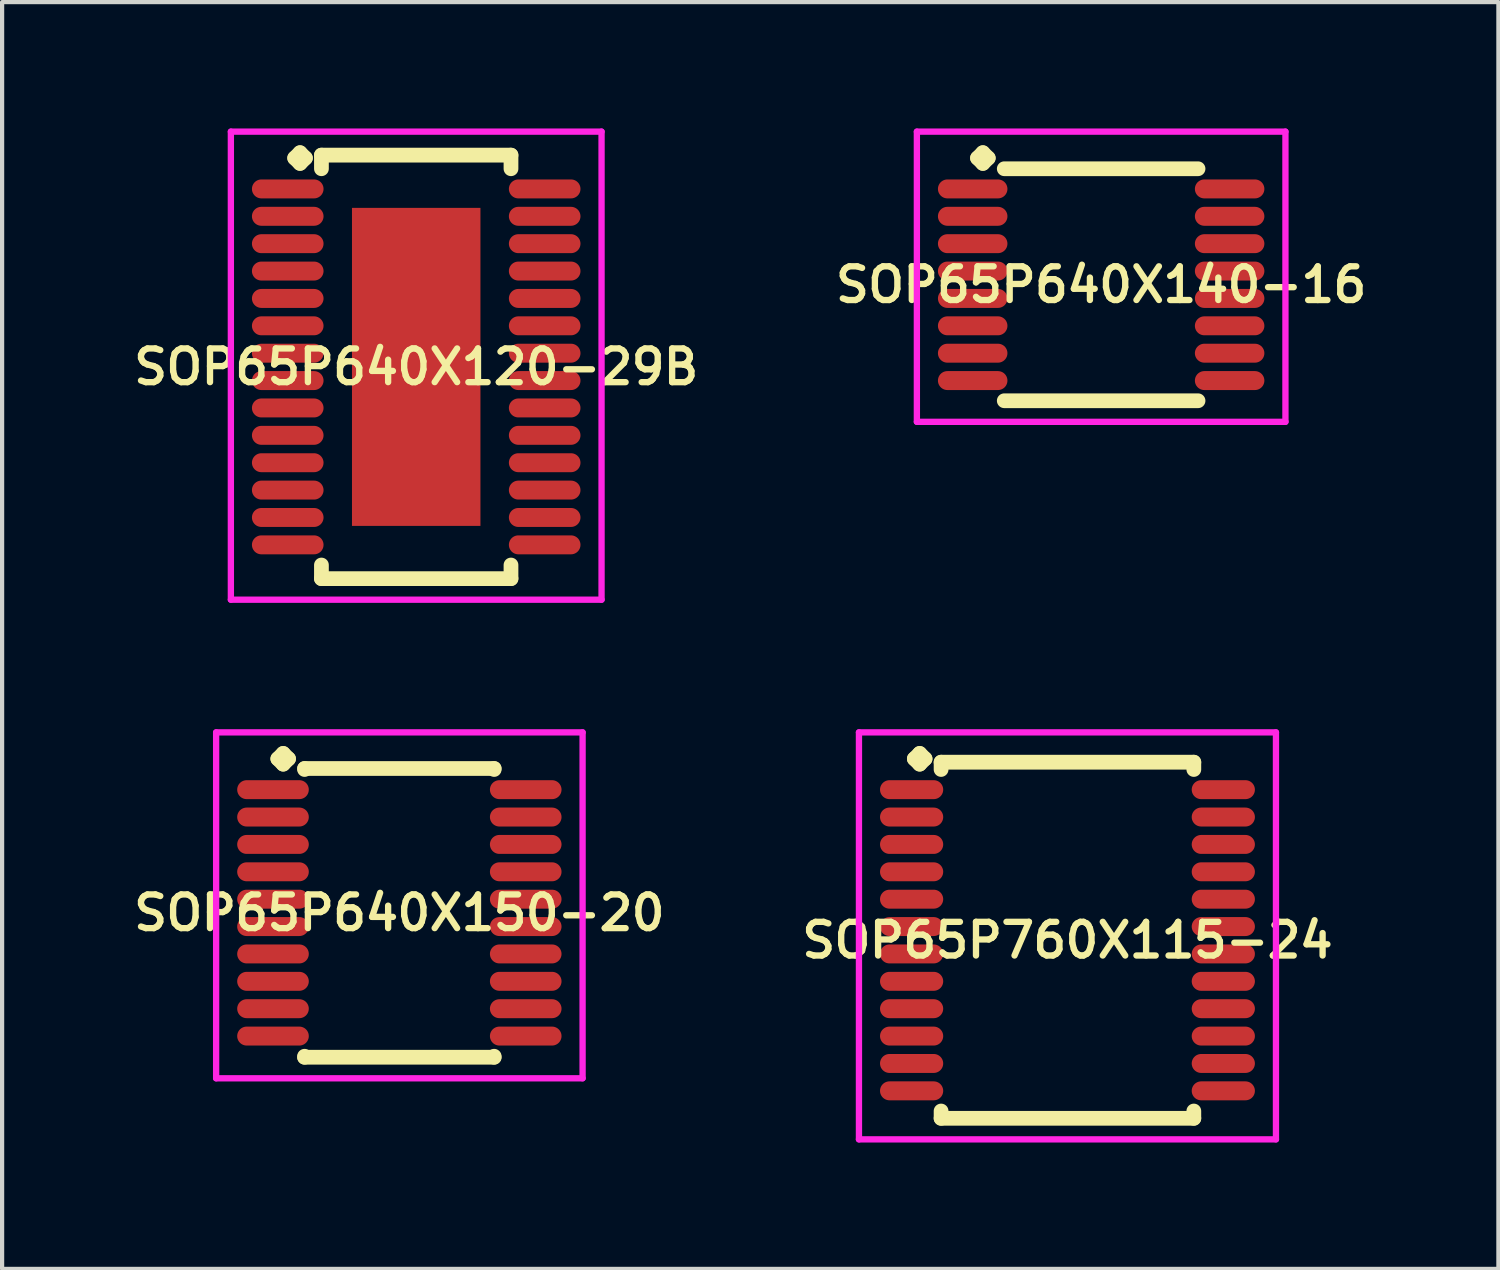
<source format=kicad_pcb>
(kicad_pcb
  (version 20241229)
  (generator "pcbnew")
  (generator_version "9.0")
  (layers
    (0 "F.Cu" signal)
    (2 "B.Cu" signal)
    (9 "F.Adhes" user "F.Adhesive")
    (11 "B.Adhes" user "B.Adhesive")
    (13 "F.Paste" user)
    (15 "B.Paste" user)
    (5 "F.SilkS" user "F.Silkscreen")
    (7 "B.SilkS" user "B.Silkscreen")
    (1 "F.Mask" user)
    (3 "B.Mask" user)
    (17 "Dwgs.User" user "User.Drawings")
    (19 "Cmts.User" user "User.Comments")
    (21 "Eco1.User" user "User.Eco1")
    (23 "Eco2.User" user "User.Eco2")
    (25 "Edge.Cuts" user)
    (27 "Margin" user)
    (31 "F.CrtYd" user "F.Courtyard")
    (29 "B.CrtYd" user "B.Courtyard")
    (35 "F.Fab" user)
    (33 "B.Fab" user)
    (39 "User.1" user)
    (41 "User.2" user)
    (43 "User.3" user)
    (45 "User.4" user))
  (footprint "SOP65P760X115-24"
    (layer "F.Cu")
    (at 22.292 19.272)
    (property "Reference" "SOP65P760X115-24" (at 0 0 0) (layer "F.SilkS") (effects (font (size 0.8 0.8) (thickness 0.15))))
    (attr smd)
    (fp_line (start -3.635 -4.308) (end -3.508 -4.435) (stroke (width 0.35) (type solid)) (layer "F.SilkS"))
    (fp_line (start -3.508 -4.435) (end -3.381 -4.308) (stroke (width 0.35) (type solid)) (layer "F.SilkS"))
    (fp_line (start -3.508 -4.181) (end -3.635 -4.308) (stroke (width 0.35) (type solid)) (layer "F.SilkS"))
    (fp_line (start -3.381 -4.308) (end -3.508 -4.181) (stroke (width 0.35) (type solid)) (layer "F.SilkS"))
    (fp_line (start -3 -4.227) (end 3 -4.227) (stroke (width 0.35) (type solid)) (layer "F.SilkS"))
    (fp_line (start -3 -4.054) (end -3 -4.227) (stroke (width 0.35) (type solid)) (layer "F.SilkS"))
    (fp_line (start -3 4.054) (end -3 4.227) (stroke (width 0.35) (type solid)) (layer "F.SilkS"))
    (fp_line (start -3 4.227) (end 3 4.227) (stroke (width 0.35) (type solid)) (layer "F.SilkS"))
    (fp_line (start 3 -4.227) (end 3 -4.054) (stroke (width 0.35) (type solid)) (layer "F.SilkS"))
    (fp_line (start 3 4.227) (end 3 4.054) (stroke (width 0.35) (type solid)) (layer "F.SilkS"))
    (fp_line (start -4.95 -4.935) (end 4.95 -4.935) (stroke (width 0.15) (type solid)) (layer "F.CrtYd"))
    (fp_line (start -4.95 4.727) (end -4.95 -4.935) (stroke (width 0.15) (type solid)) (layer "F.CrtYd"))
    (fp_line (start 4.95 -4.935) (end 4.95 4.727) (stroke (width 0.15) (type solid)) (layer "F.CrtYd"))
    (fp_line (start 4.95 4.727) (end -4.95 4.727) (stroke (width 0.15) (type solid)) (layer "F.CrtYd"))
    (pad "1" smd oval (at -3.7 -3.575) (size 1.5 0.45) (layers "F.Cu" "F.Mask" "F.Paste"))
    (pad "2" smd oval (at -3.7 -2.925) (size 1.5 0.45) (layers "F.Cu" "F.Mask" "F.Paste"))
    (pad "3" smd oval (at -3.7 -2.275) (size 1.5 0.45) (layers "F.Cu" "F.Mask" "F.Paste"))
    (pad "4" smd oval (at -3.7 -1.625) (size 1.5 0.45) (layers "F.Cu" "F.Mask" "F.Paste"))
    (pad "5" smd oval (at -3.7 -0.975) (size 1.5 0.45) (layers "F.Cu" "F.Mask" "F.Paste"))
    (pad "6" smd oval (at -3.7 -0.325) (size 1.5 0.45) (layers "F.Cu" "F.Mask" "F.Paste"))
    (pad "7" smd oval (at -3.7 0.325) (size 1.5 0.45) (layers "F.Cu" "F.Mask" "F.Paste"))
    (pad "8" smd oval (at -3.7 0.975) (size 1.5 0.45) (layers "F.Cu" "F.Mask" "F.Paste"))
    (pad "9" smd oval (at -3.7 1.625) (size 1.5 0.45) (layers "F.Cu" "F.Mask" "F.Paste"))
    (pad "10" smd oval (at -3.7 2.275) (size 1.5 0.45) (layers "F.Cu" "F.Mask" "F.Paste"))
    (pad "11" smd oval (at -3.7 2.925) (size 1.5 0.45) (layers "F.Cu" "F.Mask" "F.Paste"))
    (pad "12" smd oval (at -3.7 3.575) (size 1.5 0.45) (layers "F.Cu" "F.Mask" "F.Paste"))
    (pad "13" smd oval (at 3.7 3.575) (size 1.5 0.45) (layers "F.Cu" "F.Mask" "F.Paste"))
    (pad "14" smd oval (at 3.7 2.925) (size 1.5 0.45) (layers "F.Cu" "F.Mask" "F.Paste"))
    (pad "15" smd oval (at 3.7 2.275) (size 1.5 0.45) (layers "F.Cu" "F.Mask" "F.Paste"))
    (pad "16" smd oval (at 3.7 1.625) (size 1.5 0.45) (layers "F.Cu" "F.Mask" "F.Paste"))
    (pad "17" smd oval (at 3.7 0.975) (size 1.5 0.45) (layers "F.Cu" "F.Mask" "F.Paste"))
    (pad "18" smd oval (at 3.7 0.325) (size 1.5 0.45) (layers "F.Cu" "F.Mask" "F.Paste"))
    (pad "19" smd oval (at 3.7 -0.325) (size 1.5 0.45) (layers "F.Cu" "F.Mask" "F.Paste"))
    (pad "20" smd oval (at 3.7 -0.975) (size 1.5 0.45) (layers "F.Cu" "F.Mask" "F.Paste"))
    (pad "21" smd oval (at 3.7 -1.625) (size 1.5 0.45) (layers "F.Cu" "F.Mask" "F.Paste"))
    (pad "22" smd oval (at 3.7 -2.275) (size 1.5 0.45) (layers "F.Cu" "F.Mask" "F.Paste"))
    (pad "23" smd oval (at 3.7 -2.925) (size 1.5 0.45) (layers "F.Cu" "F.Mask" "F.Paste"))
    (pad "24" smd oval (at 3.7 -3.575) (size 1.5 0.45) (layers "F.Cu" "F.Mask" "F.Paste")))
  (footprint "SOP65P640X120-29B"
    (layer "F.Cu")
    (at 6.831 5.66)
    (property "Reference" "SOP65P640X120-29B" (at 0 0 0) (layer "F.SilkS") (effects (font (size 0.8 0.8) (thickness 0.15))))
    (attr smd)
    (fp_line (start -2.885 -4.958) (end -2.758 -5.085) (stroke (width 0.35) (type solid)) (layer "F.SilkS"))
    (fp_line (start -2.758 -5.085) (end -2.631 -4.958) (stroke (width 0.35) (type solid)) (layer "F.SilkS"))
    (fp_line (start -2.758 -4.831) (end -2.885 -4.958) (stroke (width 0.35) (type solid)) (layer "F.SilkS"))
    (fp_line (start -2.631 -4.958) (end -2.758 -4.831) (stroke (width 0.35) (type solid)) (layer "F.SilkS"))
    (fp_line (start -2.25 -5.027) (end 2.25 -5.027) (stroke (width 0.35) (type solid)) (layer "F.SilkS"))
    (fp_line (start -2.25 -4.704) (end -2.25 -5.027) (stroke (width 0.35) (type solid)) (layer "F.SilkS"))
    (fp_line (start -2.25 4.704) (end -2.25 5.027) (stroke (width 0.35) (type solid)) (layer "F.SilkS"))
    (fp_line (start -2.25 5.027) (end 2.25 5.027) (stroke (width 0.35) (type solid)) (layer "F.SilkS"))
    (fp_line (start 2.25 -5.027) (end 2.25 -4.704) (stroke (width 0.35) (type solid)) (layer "F.SilkS"))
    (fp_line (start 2.25 5.027) (end 2.25 4.704) (stroke (width 0.35) (type solid)) (layer "F.SilkS"))
    (fp_line (start -4.4 -5.585) (end 4.4 -5.585) (stroke (width 0.15) (type solid)) (layer "F.CrtYd"))
    (fp_line (start -4.4 5.527) (end -4.4 -5.585) (stroke (width 0.15) (type solid)) (layer "F.CrtYd"))
    (fp_line (start 4.4 -5.585) (end 4.4 5.527) (stroke (width 0.15) (type solid)) (layer "F.CrtYd"))
    (fp_line (start 4.4 5.527) (end -4.4 5.527) (stroke (width 0.15) (type solid)) (layer "F.CrtYd"))
    (pad "1" smd oval (at -3.05 -4.225) (size 1.7 0.45) (layers "F.Cu" "F.Mask" "F.Paste"))
    (pad "2" smd oval (at -3.05 -3.575) (size 1.7 0.45) (layers "F.Cu" "F.Mask" "F.Paste"))
    (pad "3" smd oval (at -3.05 -2.925) (size 1.7 0.45) (layers "F.Cu" "F.Mask" "F.Paste"))
    (pad "4" smd oval (at -3.05 -2.275) (size 1.7 0.45) (layers "F.Cu" "F.Mask" "F.Paste"))
    (pad "5" smd oval (at -3.05 -1.625) (size 1.7 0.45) (layers "F.Cu" "F.Mask" "F.Paste"))
    (pad "6" smd oval (at -3.05 -0.975) (size 1.7 0.45) (layers "F.Cu" "F.Mask" "F.Paste"))
    (pad "7" smd oval (at -3.05 -0.325) (size 1.7 0.45) (layers "F.Cu" "F.Mask" "F.Paste"))
    (pad "8" smd oval (at -3.05 0.325) (size 1.7 0.45) (layers "F.Cu" "F.Mask" "F.Paste"))
    (pad "9" smd oval (at -3.05 0.975) (size 1.7 0.45) (layers "F.Cu" "F.Mask" "F.Paste"))
    (pad "10" smd oval (at -3.05 1.625) (size 1.7 0.45) (layers "F.Cu" "F.Mask" "F.Paste"))
    (pad "11" smd oval (at -3.05 2.275) (size 1.7 0.45) (layers "F.Cu" "F.Mask" "F.Paste"))
    (pad "12" smd oval (at -3.05 2.925) (size 1.7 0.45) (layers "F.Cu" "F.Mask" "F.Paste"))
    (pad "13" smd oval (at -3.05 3.575) (size 1.7 0.45) (layers "F.Cu" "F.Mask" "F.Paste"))
    (pad "14" smd oval (at -3.05 4.225) (size 1.7 0.45) (layers "F.Cu" "F.Mask" "F.Paste"))
    (pad "15" smd oval (at 3.05 4.225) (size 1.7 0.45) (layers "F.Cu" "F.Mask" "F.Paste"))
    (pad "16" smd oval (at 3.05 3.575) (size 1.7 0.45) (layers "F.Cu" "F.Mask" "F.Paste"))
    (pad "17" smd oval (at 3.05 2.925) (size 1.7 0.45) (layers "F.Cu" "F.Mask" "F.Paste"))
    (pad "18" smd oval (at 3.05 2.275) (size 1.7 0.45) (layers "F.Cu" "F.Mask" "F.Paste"))
    (pad "19" smd oval (at 3.05 1.625) (size 1.7 0.45) (layers "F.Cu" "F.Mask" "F.Paste"))
    (pad "20" smd oval (at 3.05 0.975) (size 1.7 0.45) (layers "F.Cu" "F.Mask" "F.Paste"))
    (pad "21" smd oval (at 3.05 0.325) (size 1.7 0.45) (layers "F.Cu" "F.Mask" "F.Paste"))
    (pad "22" smd oval (at 3.05 -0.325) (size 1.7 0.45) (layers "F.Cu" "F.Mask" "F.Paste"))
    (pad "23" smd oval (at 3.05 -0.975) (size 1.7 0.45) (layers "F.Cu" "F.Mask" "F.Paste"))
    (pad "24" smd oval (at 3.05 -1.625) (size 1.7 0.45) (layers "F.Cu" "F.Mask" "F.Paste"))
    (pad "25" smd oval (at 3.05 -2.275) (size 1.7 0.45) (layers "F.Cu" "F.Mask" "F.Paste"))
    (pad "26" smd oval (at 3.05 -2.925) (size 1.7 0.45) (layers "F.Cu" "F.Mask" "F.Paste"))
    (pad "27" smd oval (at 3.05 -3.575) (size 1.7 0.45) (layers "F.Cu" "F.Mask" "F.Paste"))
    (pad "28" smd oval (at 3.05 -4.225) (size 1.7 0.45) (layers "F.Cu" "F.Mask" "F.Paste"))
    (pad "29" smd rect (at 0 0) (size 3.05 7.55) (layers "F.Cu" "F.Mask" "F.Paste")))
  (footprint "SOP65P640X140-16"
    (layer "F.Cu")
    (at 23.092 3.71)
    (property "Reference" "SOP65P640X140-16" (at 0 0 0) (layer "F.SilkS") (effects (font (size 0.8 0.8) (thickness 0.15))))
    (attr smd)
    (fp_line (start -2.935 -3.008) (end -2.808 -3.135) (stroke (width 0.35) (type solid)) (layer "F.SilkS"))
    (fp_line (start -2.808 -3.135) (end -2.681 -3.008) (stroke (width 0.35) (type solid)) (layer "F.SilkS"))
    (fp_line (start -2.808 -2.881) (end -2.935 -3.008) (stroke (width 0.35) (type solid)) (layer "F.SilkS"))
    (fp_line (start -2.681 -3.008) (end -2.808 -2.881) (stroke (width 0.35) (type solid)) (layer "F.SilkS"))
    (fp_line (start -2.3 -2.754) (end 2.3 -2.754) (stroke (width 0.35) (type solid)) (layer "F.SilkS"))
    (fp_line (start -2.3 2.754) (end 2.3 2.754) (stroke (width 0.35) (type solid)) (layer "F.SilkS"))
    (fp_line (start -4.375 -3.635) (end 4.375 -3.635) (stroke (width 0.15) (type solid)) (layer "F.CrtYd"))
    (fp_line (start -4.375 3.254) (end -4.375 -3.635) (stroke (width 0.15) (type solid)) (layer "F.CrtYd"))
    (fp_line (start 4.375 -3.635) (end 4.375 3.254) (stroke (width 0.15) (type solid)) (layer "F.CrtYd"))
    (fp_line (start 4.375 3.254) (end -4.375 3.254) (stroke (width 0.15) (type solid)) (layer "F.CrtYd"))
    (pad "1" smd oval (at -3.05 -2.275) (size 1.65 0.45) (layers "F.Cu" "F.Mask" "F.Paste"))
    (pad "2" smd oval (at -3.05 -1.625) (size 1.65 0.45) (layers "F.Cu" "F.Mask" "F.Paste"))
    (pad "3" smd oval (at -3.05 -0.975) (size 1.65 0.45) (layers "F.Cu" "F.Mask" "F.Paste"))
    (pad "4" smd oval (at -3.05 -0.325) (size 1.65 0.45) (layers "F.Cu" "F.Mask" "F.Paste"))
    (pad "5" smd oval (at -3.05 0.325) (size 1.65 0.45) (layers "F.Cu" "F.Mask" "F.Paste"))
    (pad "6" smd oval (at -3.05 0.975) (size 1.65 0.45) (layers "F.Cu" "F.Mask" "F.Paste"))
    (pad "7" smd oval (at -3.05 1.625) (size 1.65 0.45) (layers "F.Cu" "F.Mask" "F.Paste"))
    (pad "8" smd oval (at -3.05 2.275) (size 1.65 0.45) (layers "F.Cu" "F.Mask" "F.Paste"))
    (pad "9" smd oval (at 3.05 2.275) (size 1.65 0.45) (layers "F.Cu" "F.Mask" "F.Paste"))
    (pad "10" smd oval (at 3.05 1.625) (size 1.65 0.45) (layers "F.Cu" "F.Mask" "F.Paste"))
    (pad "11" smd oval (at 3.05 0.975) (size 1.65 0.45) (layers "F.Cu" "F.Mask" "F.Paste"))
    (pad "12" smd oval (at 3.05 0.325) (size 1.65 0.45) (layers "F.Cu" "F.Mask" "F.Paste"))
    (pad "13" smd oval (at 3.05 -0.325) (size 1.65 0.45) (layers "F.Cu" "F.Mask" "F.Paste"))
    (pad "14" smd oval (at 3.05 -0.975) (size 1.65 0.45) (layers "F.Cu" "F.Mask" "F.Paste"))
    (pad "15" smd oval (at 3.05 -1.625) (size 1.65 0.45) (layers "F.Cu" "F.Mask" "F.Paste"))
    (pad "16" smd oval (at 3.05 -2.275) (size 1.65 0.45) (layers "F.Cu" "F.Mask" "F.Paste")))
  (footprint "SOP65P640X150-20"
    (layer "F.Cu")
    (at 6.431 18.622)
    (property "Reference" "SOP65P640X150-20" (at 0 0 0) (layer "F.SilkS") (effects (font (size 0.8 0.8) (thickness 0.15))))
    (attr smd)
    (fp_line (start -2.885 -3.658) (end -2.758 -3.785) (stroke (width 0.35) (type solid)) (layer "F.SilkS"))
    (fp_line (start -2.758 -3.785) (end -2.631 -3.658) (stroke (width 0.35) (type solid)) (layer "F.SilkS"))
    (fp_line (start -2.758 -3.531) (end -2.885 -3.658) (stroke (width 0.35) (type solid)) (layer "F.SilkS"))
    (fp_line (start -2.631 -3.658) (end -2.758 -3.531) (stroke (width 0.35) (type solid)) (layer "F.SilkS"))
    (fp_line (start -2.25 -3.427) (end 2.25 -3.427) (stroke (width 0.35) (type solid)) (layer "F.SilkS"))
    (fp_line (start -2.25 -3.404) (end -2.25 -3.427) (stroke (width 0.35) (type solid)) (layer "F.SilkS"))
    (fp_line (start -2.25 3.404) (end -2.25 3.427) (stroke (width 0.35) (type solid)) (layer "F.SilkS"))
    (fp_line (start -2.25 3.427) (end 2.25 3.427) (stroke (width 0.35) (type solid)) (layer "F.SilkS"))
    (fp_line (start 2.25 -3.427) (end 2.25 -3.404) (stroke (width 0.35) (type solid)) (layer "F.SilkS"))
    (fp_line (start 2.25 3.427) (end 2.25 3.404) (stroke (width 0.35) (type solid)) (layer "F.SilkS"))
    (fp_line (start -4.35 -4.285) (end 4.35 -4.285) (stroke (width 0.15) (type solid)) (layer "F.CrtYd"))
    (fp_line (start -4.35 3.927) (end -4.35 -4.285) (stroke (width 0.15) (type solid)) (layer "F.CrtYd"))
    (fp_line (start 4.35 -4.285) (end 4.35 3.927) (stroke (width 0.15) (type solid)) (layer "F.CrtYd"))
    (fp_line (start 4.35 3.927) (end -4.35 3.927) (stroke (width 0.15) (type solid)) (layer "F.CrtYd"))
    (pad "1" smd oval (at -3 -2.925) (size 1.7 0.45) (layers "F.Cu" "F.Mask" "F.Paste"))
    (pad "2" smd oval (at -3 -2.275) (size 1.7 0.45) (layers "F.Cu" "F.Mask" "F.Paste"))
    (pad "3" smd oval (at -3 -1.625) (size 1.7 0.45) (layers "F.Cu" "F.Mask" "F.Paste"))
    (pad "4" smd oval (at -3 -0.975) (size 1.7 0.45) (layers "F.Cu" "F.Mask" "F.Paste"))
    (pad "5" smd oval (at -3 -0.325) (size 1.7 0.45) (layers "F.Cu" "F.Mask" "F.Paste"))
    (pad "6" smd oval (at -3 0.325) (size 1.7 0.45) (layers "F.Cu" "F.Mask" "F.Paste"))
    (pad "7" smd oval (at -3 0.975) (size 1.7 0.45) (layers "F.Cu" "F.Mask" "F.Paste"))
    (pad "8" smd oval (at -3 1.625) (size 1.7 0.45) (layers "F.Cu" "F.Mask" "F.Paste"))
    (pad "9" smd oval (at -3 2.275) (size 1.7 0.45) (layers "F.Cu" "F.Mask" "F.Paste"))
    (pad "10" smd oval (at -3 2.925) (size 1.7 0.45) (layers "F.Cu" "F.Mask" "F.Paste"))
    (pad "11" smd oval (at 3 2.925) (size 1.7 0.45) (layers "F.Cu" "F.Mask" "F.Paste"))
    (pad "12" smd oval (at 3 2.275) (size 1.7 0.45) (layers "F.Cu" "F.Mask" "F.Paste"))
    (pad "13" smd oval (at 3 1.625) (size 1.7 0.45) (layers "F.Cu" "F.Mask" "F.Paste"))
    (pad "14" smd oval (at 3 0.975) (size 1.7 0.45) (layers "F.Cu" "F.Mask" "F.Paste"))
    (pad "15" smd oval (at 3 0.325) (size 1.7 0.45) (layers "F.Cu" "F.Mask" "F.Paste"))
    (pad "16" smd oval (at 3 -0.325) (size 1.7 0.45) (layers "F.Cu" "F.Mask" "F.Paste"))
    (pad "17" smd oval (at 3 -0.975) (size 1.7 0.45) (layers "F.Cu" "F.Mask" "F.Paste"))
    (pad "18" smd oval (at 3 -1.625) (size 1.7 0.45) (layers "F.Cu" "F.Mask" "F.Paste"))
    (pad "19" smd oval (at 3 -2.275) (size 1.7 0.45) (layers "F.Cu" "F.Mask" "F.Paste"))
    (pad "20" smd oval (at 3 -2.925) (size 1.7 0.45) (layers "F.Cu" "F.Mask" "F.Paste")))
  (gr_rect
    (start -3 -3)
    (end 32.523 27.074)
    (stroke (width 0.1) (type default))
    (fill no)
    (layer "Edge.Cuts")))
</source>
